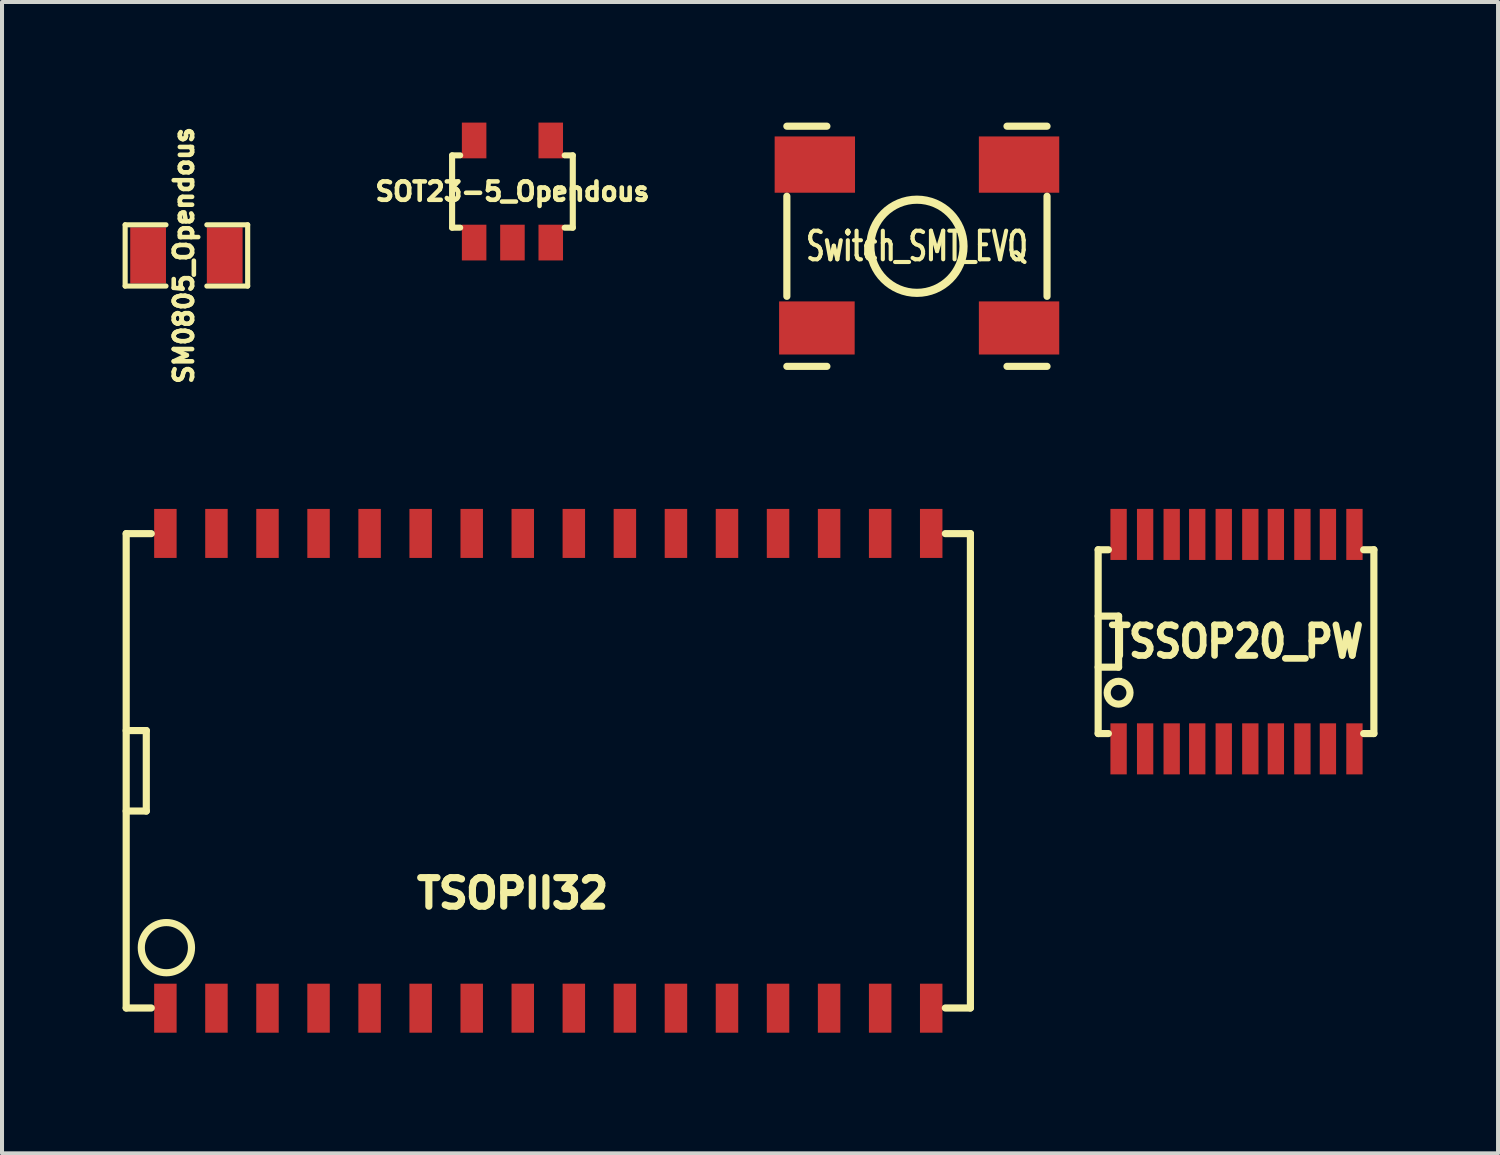
<source format=kicad_pcb>
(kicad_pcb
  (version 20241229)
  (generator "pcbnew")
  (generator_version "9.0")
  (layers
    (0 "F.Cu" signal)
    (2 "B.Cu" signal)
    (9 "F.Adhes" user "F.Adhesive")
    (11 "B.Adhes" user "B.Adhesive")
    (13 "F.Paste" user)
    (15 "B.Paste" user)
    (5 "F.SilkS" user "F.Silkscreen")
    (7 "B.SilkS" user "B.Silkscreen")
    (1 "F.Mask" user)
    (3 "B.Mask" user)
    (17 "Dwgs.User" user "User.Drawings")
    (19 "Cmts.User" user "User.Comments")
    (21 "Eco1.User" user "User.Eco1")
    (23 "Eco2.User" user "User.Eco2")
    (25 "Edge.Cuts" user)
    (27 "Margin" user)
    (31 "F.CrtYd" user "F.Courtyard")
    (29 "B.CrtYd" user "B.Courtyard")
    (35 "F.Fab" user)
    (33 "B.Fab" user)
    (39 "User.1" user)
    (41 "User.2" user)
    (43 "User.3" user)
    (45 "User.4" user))
  (footprint "TSOPII32"
    (layer "F.Cu")
    (at 10.589 16.124)
    (property "Reference" "TSOPII32" (at -0.889 3.048 0) (layer "F.SilkS") (effects (font (size 0.711 0.711) (thickness 0.178))))
    (attr through_hole)
    (fp_line (start -10.5 -5.9) (end -10.5 5.9) (stroke (width 0.178) (type solid)) (layer "F.SilkS"))
    (fp_line (start -10.5 -5.9) (end -9.876 -5.9) (stroke (width 0.178) (type solid)) (layer "F.SilkS"))
    (fp_line (start -10.5 -1.001) (end -10 -1.001) (stroke (width 0.178) (type solid)) (layer "F.SilkS"))
    (fp_line (start -10.5 5.9) (end -9.876 5.9) (stroke (width 0.178) (type solid)) (layer "F.SilkS"))
    (fp_line (start -10 -1.001) (end -10 1.001) (stroke (width 0.178) (type solid)) (layer "F.SilkS"))
    (fp_line (start -10 1.001) (end -10.5 1.001) (stroke (width 0.178) (type solid)) (layer "F.SilkS"))
    (fp_line (start 10.5 -5.9) (end 9.876 -5.9) (stroke (width 0.178) (type solid)) (layer "F.SilkS"))
    (fp_line (start 10.5 -5.9) (end 10.5 5.9) (stroke (width 0.178) (type solid)) (layer "F.SilkS"))
    (fp_line (start 10.5 5.9) (end 9.876 5.9) (stroke (width 0.178) (type solid)) (layer "F.SilkS"))
    (fp_circle (center -9.5 4.399) (end -9.126 3.899) (stroke (width 0.178) (type solid)) (fill no) (layer "F.SilkS"))
    (pad "1" smd rect (at -9.525 5.905) (size 0.559 1.219) (layers "F.Cu" "F.Mask" "F.Paste"))
    (pad "2" smd rect (at -8.255 5.905) (size 0.559 1.219) (layers "F.Cu" "F.Mask" "F.Paste"))
    (pad "3" smd rect (at -6.985 5.905) (size 0.559 1.219) (layers "F.Cu" "F.Mask" "F.Paste"))
    (pad "4" smd rect (at -5.715 5.905) (size 0.559 1.219) (layers "F.Cu" "F.Mask" "F.Paste"))
    (pad "5" smd rect (at -4.445 5.905) (size 0.559 1.219) (layers "F.Cu" "F.Mask" "F.Paste"))
    (pad "6" smd rect (at -3.175 5.905) (size 0.559 1.219) (layers "F.Cu" "F.Mask" "F.Paste"))
    (pad "7" smd rect (at -1.905 5.905) (size 0.559 1.219) (layers "F.Cu" "F.Mask" "F.Paste"))
    (pad "8" smd rect (at -0.635 5.905) (size 0.559 1.219) (layers "F.Cu" "F.Mask" "F.Paste"))
    (pad "9" smd rect (at 0.635 5.905) (size 0.559 1.219) (layers "F.Cu" "F.Mask" "F.Paste"))
    (pad "10" smd rect (at 1.905 5.905) (size 0.559 1.219) (layers "F.Cu" "F.Mask" "F.Paste"))
    (pad "11" smd rect (at 3.175 5.905) (size 0.559 1.219) (layers "F.Cu" "F.Mask" "F.Paste"))
    (pad "12" smd rect (at 4.445 5.905) (size 0.559 1.219) (layers "F.Cu" "F.Mask" "F.Paste"))
    (pad "13" smd rect (at 5.715 5.905) (size 0.559 1.219) (layers "F.Cu" "F.Mask" "F.Paste"))
    (pad "14" smd rect (at 6.985 5.905) (size 0.559 1.219) (layers "F.Cu" "F.Mask" "F.Paste"))
    (pad "15" smd rect (at 8.255 5.905) (size 0.559 1.219) (layers "F.Cu" "F.Mask" "F.Paste"))
    (pad "16" smd rect (at 9.525 5.905) (size 0.559 1.219) (layers "F.Cu" "F.Mask" "F.Paste"))
    (pad "17" smd rect (at 9.525 -5.905) (size 0.559 1.219) (layers "F.Cu" "F.Mask" "F.Paste"))
    (pad "18" smd rect (at 8.255 -5.905) (size 0.559 1.219) (layers "F.Cu" "F.Mask" "F.Paste"))
    (pad "19" smd rect (at 6.985 -5.905) (size 0.559 1.219) (layers "F.Cu" "F.Mask" "F.Paste"))
    (pad "20" smd rect (at 5.715 -5.905) (size 0.559 1.219) (layers "F.Cu" "F.Mask" "F.Paste"))
    (pad "21" smd rect (at 4.445 -5.905) (size 0.559 1.219) (layers "F.Cu" "F.Mask" "F.Paste"))
    (pad "22" smd rect (at 3.175 -5.905) (size 0.559 1.219) (layers "F.Cu" "F.Mask" "F.Paste"))
    (pad "23" smd rect (at 1.905 -5.905) (size 0.559 1.219) (layers "F.Cu" "F.Mask" "F.Paste"))
    (pad "24" smd rect (at 0.635 -5.905) (size 0.559 1.219) (layers "F.Cu" "F.Mask" "F.Paste"))
    (pad "25" smd rect (at -0.635 -5.905) (size 0.559 1.219) (layers "F.Cu" "F.Mask" "F.Paste"))
    (pad "26" smd rect (at -1.905 -5.905) (size 0.559 1.219) (layers "F.Cu" "F.Mask" "F.Paste"))
    (pad "27" smd rect (at -3.175 -5.905) (size 0.559 1.219) (layers "F.Cu" "F.Mask" "F.Paste"))
    (pad "28" smd rect (at -4.445 -5.905) (size 0.559 1.219) (layers "F.Cu" "F.Mask" "F.Paste"))
    (pad "29" smd rect (at -5.715 -5.905) (size 0.559 1.219) (layers "F.Cu" "F.Mask" "F.Paste"))
    (pad "30" smd rect (at -6.985 -5.905) (size 0.559 1.219) (layers "F.Cu" "F.Mask" "F.Paste"))
    (pad "31" smd rect (at -8.255 -5.905) (size 0.559 1.219) (layers "F.Cu" "F.Mask" "F.Paste"))
    (pad "32" smd rect (at -9.525 -5.905) (size 0.559 1.219) (layers "F.Cu" "F.Mask" "F.Paste")))
  (footprint "SM0805_Opendous"
    (layer "F.Cu")
    (at 1.587 3.304)
    (property "Reference" "SM0805_Opendous" (at -0.064 0 90) (layer "F.SilkS") (effects (font (size 0.457 0.457) (thickness 0.114))))
    (attr smd)
    (fp_line (start -1.524 -0.762) (end -0.508 -0.762) (stroke (width 0.127) (type solid)) (layer "F.SilkS"))
    (fp_line (start -1.524 0.762) (end -1.524 -0.762) (stroke (width 0.127) (type solid)) (layer "F.SilkS"))
    (fp_line (start -0.508 0.762) (end -1.524 0.762) (stroke (width 0.127) (type solid)) (layer "F.SilkS"))
    (fp_line (start 0.508 -0.762) (end 1.524 -0.762) (stroke (width 0.127) (type solid)) (layer "F.SilkS"))
    (fp_line (start 1.524 -0.762) (end 1.524 0.762) (stroke (width 0.127) (type solid)) (layer "F.SilkS"))
    (fp_line (start 1.524 0.762) (end 0.508 0.762) (stroke (width 0.127) (type solid)) (layer "F.SilkS"))
    (pad "1" smd rect (at -0.953 0) (size 0.889 1.397) (layers "F.Cu" "F.Mask" "F.Paste"))
    (pad "2" smd rect (at 0.953 0) (size 0.889 1.397) (layers "F.Cu" "F.Mask" "F.Paste")))
  (footprint "Switch_SMT_EVQ"
    (layer "F.Cu")
    (at 19.759 3.076)
    (property "Reference" "Switch_SMT_EVQ" (at 0 0 0) (layer "F.SilkS") (effects (font (size 0.711 0.457) (thickness 0.102))))
    (attr through_hole)
    (fp_line (start -3.236 -2.987) (end -2.24 -2.987) (stroke (width 0.178) (type solid)) (layer "F.SilkS"))
    (fp_line (start -3.236 -1.245) (end -3.236 1.245) (stroke (width 0.178) (type solid)) (layer "F.SilkS"))
    (fp_line (start -2.24 2.987) (end -3.236 2.987) (stroke (width 0.178) (type solid)) (layer "F.SilkS"))
    (fp_line (start 3.236 -2.987) (end 2.24 -2.987) (stroke (width 0.178) (type solid)) (layer "F.SilkS"))
    (fp_line (start 3.236 1.245) (end 3.236 -1.245) (stroke (width 0.178) (type solid)) (layer "F.SilkS"))
    (fp_line (start 3.236 2.987) (end 2.24 2.987) (stroke (width 0.178) (type solid)) (layer "F.SilkS"))
    (fp_circle (center 0 0) (end 1.143 0.191) (stroke (width 0.203) (type solid)) (fill no) (layer "F.SilkS"))
    (pad "1" smd rect (at -2.54 -2.032) (size 1.999 1.4) (layers "F.Cu" "F.Mask" "F.Paste"))
    (pad "1" smd rect (at 2.54 -2.032) (size 1.999 1.4) (layers "F.Cu" "F.Mask" "F.Paste"))
    (pad "2" smd rect (at -2.489 2.032) (size 1.88 1.321) (layers "F.Cu" "F.Mask" "F.Paste"))
    (pad "2" smd rect (at 2.54 2.032) (size 1.999 1.321) (layers "F.Cu" "F.Mask" "F.Paste")))
  (footprint "SOT23-5_Opendous"
    (layer "F.Cu")
    (at 9.697 1.714)
    (property "Reference" "SOT23-5_Opendous" (at 0 0 0) (layer "F.SilkS") (effects (font (size 0.457 0.457) (thickness 0.114))))
    (attr smd)
    (fp_line (start -1.501 -0.899) (end -1.501 0.899) (stroke (width 0.152) (type solid)) (layer "F.SilkS"))
    (fp_line (start -1.501 -0.899) (end -1.3 -0.899) (stroke (width 0.152) (type solid)) (layer "F.SilkS"))
    (fp_line (start -1.501 0.899) (end -1.3 0.899) (stroke (width 0.152) (type solid)) (layer "F.SilkS"))
    (fp_line (start 1.501 -0.899) (end 1.3 -0.899) (stroke (width 0.152) (type solid)) (layer "F.SilkS"))
    (fp_line (start 1.501 0.899) (end 1.3 0.899) (stroke (width 0.152) (type solid)) (layer "F.SilkS"))
    (fp_line (start 1.501 0.899) (end 1.501 -0.899) (stroke (width 0.152) (type solid)) (layer "F.SilkS"))
    (pad "1" smd rect (at -0.953 1.27) (size 0.61 0.889) (layers "F.Cu" "F.Mask" "F.Paste"))
    (pad "2" smd rect (at 0 1.27) (size 0.61 0.889) (layers "F.Cu" "F.Mask" "F.Paste"))
    (pad "3" smd rect (at 0.953 1.27) (size 0.61 0.889) (layers "F.Cu" "F.Mask" "F.Paste"))
    (pad "4" smd rect (at 0.953 -1.27) (size 0.61 0.889) (layers "F.Cu" "F.Mask" "F.Paste"))
    (pad "5" smd rect (at -0.953 -1.27) (size 0.61 0.889) (layers "F.Cu" "F.Mask" "F.Paste")))
  (footprint "TSSOP20_PW"
    (layer "F.Cu")
    (at 27.696 12.911)
    (property "Reference" "TSSOP20_PW" (at 0 0 0) (layer "F.SilkS") (effects (font (size 0.762 0.66) (thickness 0.165))))
    (attr smd)
    (fp_line (start -3.429 -2.286) (end -3.429 2.286) (stroke (width 0.178) (type solid)) (layer "F.SilkS"))
    (fp_line (start -3.429 -0.635) (end -2.921 -0.635) (stroke (width 0.178) (type solid)) (layer "F.SilkS"))
    (fp_line (start -3.429 2.286) (end -3.175 2.286) (stroke (width 0.178) (type solid)) (layer "F.SilkS"))
    (fp_line (start -3.175 -2.286) (end -3.429 -2.286) (stroke (width 0.178) (type solid)) (layer "F.SilkS"))
    (fp_line (start -2.921 -0.635) (end -2.921 0.635) (stroke (width 0.178) (type solid)) (layer "F.SilkS"))
    (fp_line (start -2.921 0.635) (end -3.429 0.635) (stroke (width 0.178) (type solid)) (layer "F.SilkS"))
    (fp_line (start 3.175 -2.286) (end 3.429 -2.286) (stroke (width 0.178) (type solid)) (layer "F.SilkS"))
    (fp_line (start 3.429 -2.286) (end 3.429 2.286) (stroke (width 0.178) (type solid)) (layer "F.SilkS"))
    (fp_line (start 3.429 2.286) (end 3.175 2.286) (stroke (width 0.178) (type solid)) (layer "F.SilkS"))
    (fp_circle (center -2.921 1.27) (end -2.667 1.143) (stroke (width 0.178) (type solid)) (fill no) (layer "F.SilkS"))
    (pad "1" smd rect (at -2.921 2.667) (size 0.406 1.27) (layers "F.Cu" "F.Mask" "F.Paste"))
    (pad "2" smd rect (at -2.261 2.667) (size 0.406 1.27) (layers "F.Cu" "F.Mask" "F.Paste"))
    (pad "3" smd rect (at -1.6 2.667) (size 0.406 1.27) (layers "F.Cu" "F.Mask" "F.Paste"))
    (pad "4" smd rect (at -0.965 2.667) (size 0.406 1.27) (layers "F.Cu" "F.Mask" "F.Paste"))
    (pad "5" smd rect (at -0.305 2.667) (size 0.406 1.27) (layers "F.Cu" "F.Mask" "F.Paste"))
    (pad "6" smd rect (at 0.356 2.667) (size 0.406 1.27) (layers "F.Cu" "F.Mask" "F.Paste"))
    (pad "7" smd rect (at 0.991 2.667) (size 0.406 1.27) (layers "F.Cu" "F.Mask" "F.Paste"))
    (pad "8" smd rect (at 1.651 2.667) (size 0.406 1.27) (layers "F.Cu" "F.Mask" "F.Paste"))
    (pad "9" smd rect (at 2.286 2.667) (size 0.406 1.27) (layers "F.Cu" "F.Mask" "F.Paste"))
    (pad "10" smd rect (at 2.946 2.667) (size 0.406 1.27) (layers "F.Cu" "F.Mask" "F.Paste"))
    (pad "11" smd rect (at 2.946 -2.667) (size 0.406 1.27) (layers "F.Cu" "F.Mask" "F.Paste"))
    (pad "12" smd rect (at 2.286 -2.667) (size 0.406 1.27) (layers "F.Cu" "F.Mask" "F.Paste"))
    (pad "13" smd rect (at 1.651 -2.667) (size 0.406 1.27) (layers "F.Cu" "F.Mask" "F.Paste"))
    (pad "14" smd rect (at 0.991 -2.667) (size 0.406 1.27) (layers "F.Cu" "F.Mask" "F.Paste"))
    (pad "15" smd rect (at 0.356 -2.667) (size 0.406 1.27) (layers "F.Cu" "F.Mask" "F.Paste"))
    (pad "16" smd rect (at -0.305 -2.667) (size 0.406 1.27) (layers "F.Cu" "F.Mask" "F.Paste"))
    (pad "17" smd rect (at -0.965 -2.667) (size 0.406 1.27) (layers "F.Cu" "F.Mask" "F.Paste"))
    (pad "18" smd rect (at -1.6 -2.667) (size 0.406 1.27) (layers "F.Cu" "F.Mask" "F.Paste"))
    (pad "19" smd rect (at -2.261 -2.667) (size 0.406 1.27) (layers "F.Cu" "F.Mask" "F.Paste"))
    (pad "20" smd rect (at -2.921 -2.667) (size 0.406 1.27) (layers "F.Cu" "F.Mask" "F.Paste")))
  (gr_rect
    (start -3 -3)
    (end 34.214 25.639)
    (stroke (width 0.1) (type default))
    (fill no)
    (layer "Edge.Cuts")))
</source>
